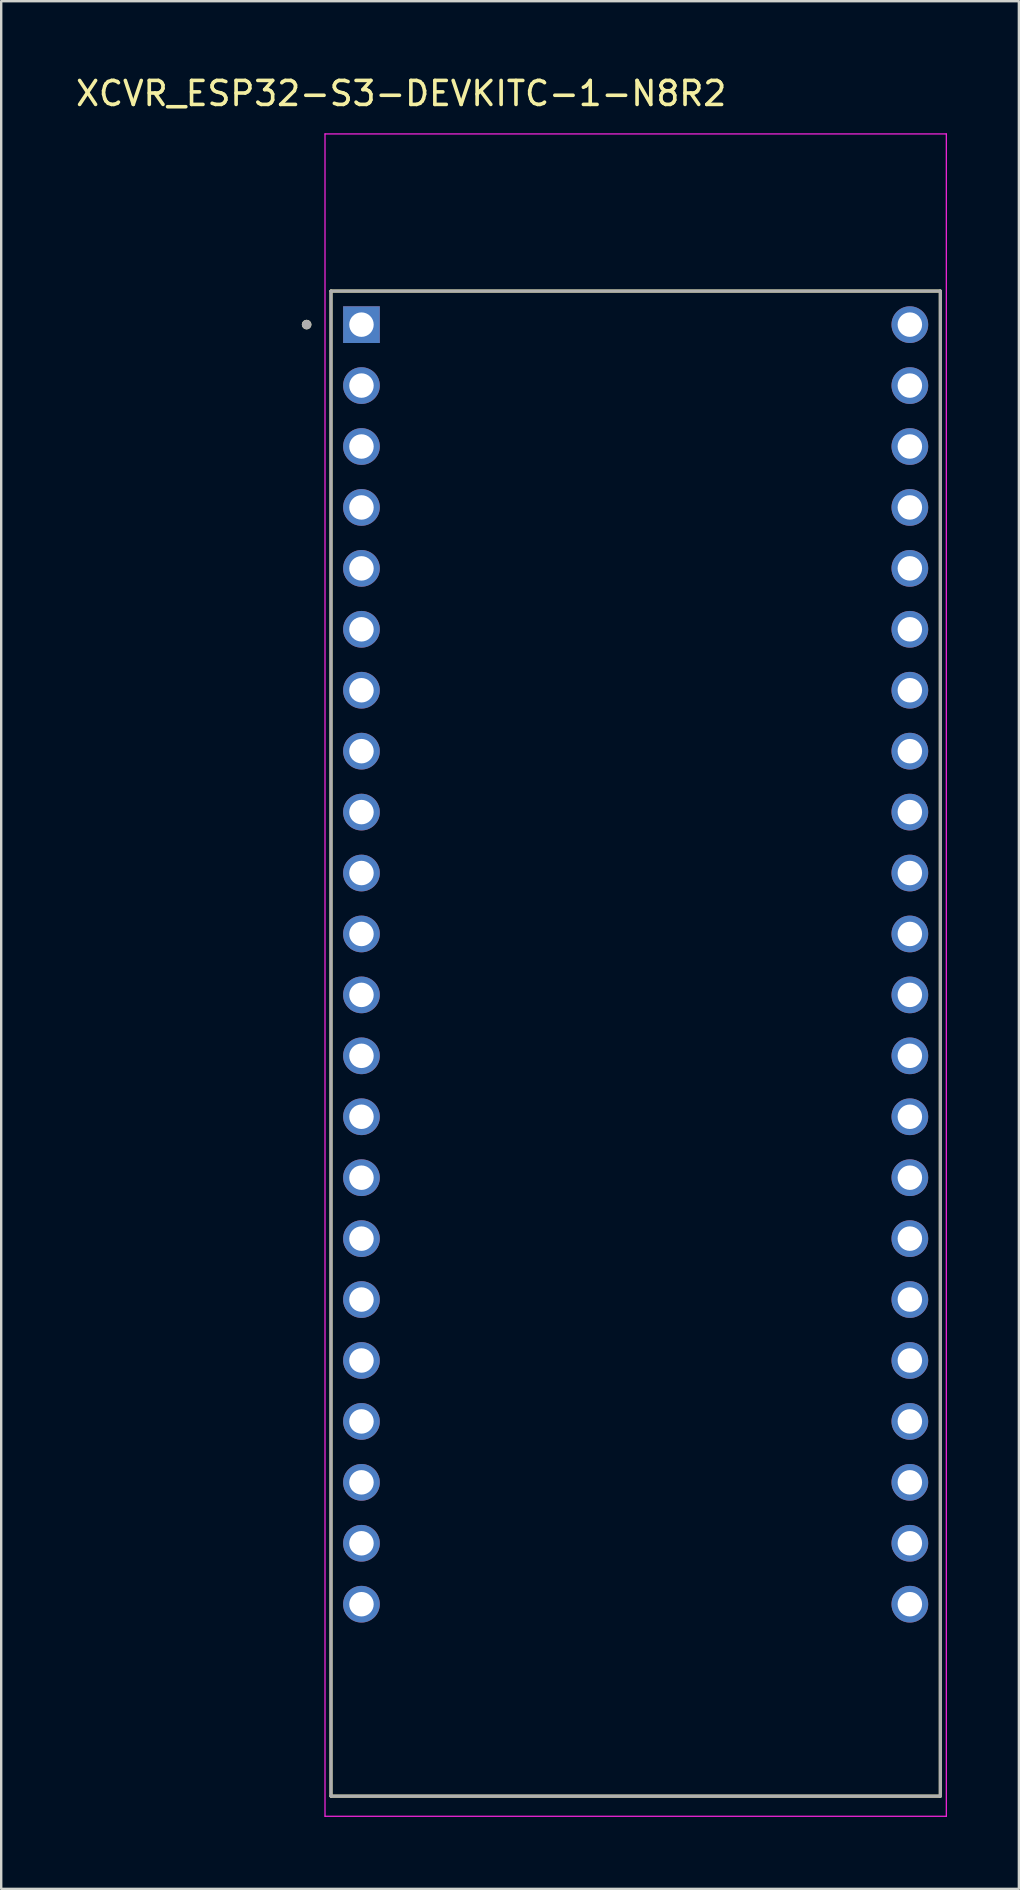
<source format=kicad_pcb>
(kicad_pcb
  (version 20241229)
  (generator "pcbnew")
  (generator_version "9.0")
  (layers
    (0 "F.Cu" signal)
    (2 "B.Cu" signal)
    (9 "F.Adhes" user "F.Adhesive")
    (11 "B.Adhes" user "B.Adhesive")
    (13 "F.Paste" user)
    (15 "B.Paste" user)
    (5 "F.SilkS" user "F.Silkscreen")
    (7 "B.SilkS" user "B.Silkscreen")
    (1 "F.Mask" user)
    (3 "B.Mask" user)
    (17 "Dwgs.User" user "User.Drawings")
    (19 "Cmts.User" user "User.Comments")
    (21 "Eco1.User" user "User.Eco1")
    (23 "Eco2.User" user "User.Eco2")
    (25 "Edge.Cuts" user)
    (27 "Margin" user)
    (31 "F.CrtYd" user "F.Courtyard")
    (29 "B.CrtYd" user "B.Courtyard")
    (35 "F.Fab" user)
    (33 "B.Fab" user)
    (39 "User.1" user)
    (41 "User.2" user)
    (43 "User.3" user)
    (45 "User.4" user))
  (footprint "XCVR_ESP32-S3-DEVKITC-1-N8R2"
    (layer "F.Cu")
    (at 23.448 40.453)
    (property "Reference" "XCVR_ESP32-S3-DEVKITC-1-N8R2" (at -9.775 -39.605 0) (layer "F.SilkS") (effects (font (size 1 1) (thickness 0.15))))
    (attr through_hole)
    (fp_line (start -12.7 -31.37) (end 12.7 -31.37) (stroke (width 0.127) (type solid)) (layer "F.SilkS"))
    (fp_line (start -12.7 31.37) (end -12.7 -31.37) (stroke (width 0.127) (type solid)) (layer "F.SilkS"))
    (fp_line (start 12.7 -31.37) (end 12.7 31.37) (stroke (width 0.127) (type solid)) (layer "F.SilkS"))
    (fp_line (start 12.7 31.37) (end -12.7 31.37) (stroke (width 0.127) (type solid)) (layer "F.SilkS"))
    (fp_circle (center -13.716 -29.972) (end -13.616 -29.972) (stroke (width 0.2) (type solid)) (fill no) (layer "F.SilkS"))
    (fp_line (start -12.95 -37.92) (end -12.95 32.21) (stroke (width 0.05) (type solid)) (layer "F.CrtYd"))
    (fp_line (start -12.95 32.21) (end 12.95 32.21) (stroke (width 0.05) (type solid)) (layer "F.CrtYd"))
    (fp_line (start 12.95 -37.92) (end -12.95 -37.92) (stroke (width 0.05) (type solid)) (layer "F.CrtYd"))
    (fp_line (start 12.95 32.21) (end 12.95 -37.92) (stroke (width 0.05) (type solid)) (layer "F.CrtYd"))
    (fp_line (start -12.7 -31.37) (end 12.7 -31.37) (stroke (width 0.127) (type solid)) (layer "F.Fab"))
    (fp_line (start -12.7 31.37) (end -12.7 -31.37) (stroke (width 0.127) (type solid)) (layer "F.Fab"))
    (fp_line (start 12.7 -31.37) (end 12.7 31.37) (stroke (width 0.127) (type solid)) (layer "F.Fab"))
    (fp_line (start 12.7 31.37) (end -12.7 31.37) (stroke (width 0.127) (type solid)) (layer "F.Fab"))
    (fp_circle (center -13.716 -29.972) (end -13.616 -29.972) (stroke (width 0.2) (type solid)) (fill no) (layer "F.Fab"))
    (pad "J1_1" thru_hole rect (at -11.43 -29.97) (size 1.53 1.53) (drill 1.02) (layers "*.Cu" "*.Mask"))
    (pad "J1_2" thru_hole circle (at -11.43 -27.43) (size 1.53 1.53) (drill 1.02) (layers "*.Cu" "*.Mask"))
    (pad "J1_3" thru_hole circle (at -11.43 -24.89) (size 1.53 1.53) (drill 1.02) (layers "*.Cu" "*.Mask"))
    (pad "J1_4" thru_hole circle (at -11.43 -22.35) (size 1.53 1.53) (drill 1.02) (layers "*.Cu" "*.Mask"))
    (pad "J1_5" thru_hole circle (at -11.43 -19.81) (size 1.53 1.53) (drill 1.02) (layers "*.Cu" "*.Mask"))
    (pad "J1_6" thru_hole circle (at -11.43 -17.27) (size 1.53 1.53) (drill 1.02) (layers "*.Cu" "*.Mask"))
    (pad "J1_7" thru_hole circle (at -11.43 -14.73) (size 1.53 1.53) (drill 1.02) (layers "*.Cu" "*.Mask"))
    (pad "J1_8" thru_hole circle (at -11.43 -12.19) (size 1.53 1.53) (drill 1.02) (layers "*.Cu" "*.Mask"))
    (pad "J1_9" thru_hole circle (at -11.43 -9.65) (size 1.53 1.53) (drill 1.02) (layers "*.Cu" "*.Mask"))
    (pad "J1_10" thru_hole circle (at -11.43 -7.11) (size 1.53 1.53) (drill 1.02) (layers "*.Cu" "*.Mask"))
    (pad "J1_11" thru_hole circle (at -11.43 -4.57) (size 1.53 1.53) (drill 1.02) (layers "*.Cu" "*.Mask"))
    (pad "J1_12" thru_hole circle (at -11.43 -2.03) (size 1.53 1.53) (drill 1.02) (layers "*.Cu" "*.Mask"))
    (pad "J1_13" thru_hole circle (at -11.43 0.51) (size 1.53 1.53) (drill 1.02) (layers "*.Cu" "*.Mask"))
    (pad "J1_14" thru_hole circle (at -11.43 3.05) (size 1.53 1.53) (drill 1.02) (layers "*.Cu" "*.Mask"))
    (pad "J1_15" thru_hole circle (at -11.43 5.59) (size 1.53 1.53) (drill 1.02) (layers "*.Cu" "*.Mask"))
    (pad "J1_16" thru_hole circle (at -11.43 8.13) (size 1.53 1.53) (drill 1.02) (layers "*.Cu" "*.Mask"))
    (pad "J1_17" thru_hole circle (at -11.43 10.67) (size 1.53 1.53) (drill 1.02) (layers "*.Cu" "*.Mask"))
    (pad "J1_18" thru_hole circle (at -11.43 13.21) (size 1.53 1.53) (drill 1.02) (layers "*.Cu" "*.Mask"))
    (pad "J1_19" thru_hole circle (at -11.43 15.75) (size 1.53 1.53) (drill 1.02) (layers "*.Cu" "*.Mask"))
    (pad "J1_20" thru_hole circle (at -11.43 18.29) (size 1.53 1.53) (drill 1.02) (layers "*.Cu" "*.Mask"))
    (pad "J1_21" thru_hole circle (at -11.43 20.83) (size 1.53 1.53) (drill 1.02) (layers "*.Cu" "*.Mask"))
    (pad "J1_22" thru_hole circle (at -11.43 23.37) (size 1.53 1.53) (drill 1.02) (layers "*.Cu" "*.Mask"))
    (pad "J3_1" thru_hole circle (at 11.43 -29.97) (size 1.53 1.53) (drill 1.02) (layers "*.Cu" "*.Mask"))
    (pad "J3_2" thru_hole circle (at 11.43 -27.43) (size 1.53 1.53) (drill 1.02) (layers "*.Cu" "*.Mask"))
    (pad "J3_3" thru_hole circle (at 11.43 -24.89) (size 1.53 1.53) (drill 1.02) (layers "*.Cu" "*.Mask"))
    (pad "J3_4" thru_hole circle (at 11.43 -22.35) (size 1.53 1.53) (drill 1.02) (layers "*.Cu" "*.Mask"))
    (pad "J3_5" thru_hole circle (at 11.43 -19.81) (size 1.53 1.53) (drill 1.02) (layers "*.Cu" "*.Mask"))
    (pad "J3_6" thru_hole circle (at 11.43 -17.27) (size 1.53 1.53) (drill 1.02) (layers "*.Cu" "*.Mask"))
    (pad "J3_7" thru_hole circle (at 11.43 -14.73) (size 1.53 1.53) (drill 1.02) (layers "*.Cu" "*.Mask"))
    (pad "J3_8" thru_hole circle (at 11.43 -12.19) (size 1.53 1.53) (drill 1.02) (layers "*.Cu" "*.Mask"))
    (pad "J3_9" thru_hole circle (at 11.43 -9.65) (size 1.53 1.53) (drill 1.02) (layers "*.Cu" "*.Mask"))
    (pad "J3_10" thru_hole circle (at 11.43 -7.11) (size 1.53 1.53) (drill 1.02) (layers "*.Cu" "*.Mask"))
    (pad "J3_11" thru_hole circle (at 11.43 -4.57) (size 1.53 1.53) (drill 1.02) (layers "*.Cu" "*.Mask"))
    (pad "J3_12" thru_hole circle (at 11.43 -2.03) (size 1.53 1.53) (drill 1.02) (layers "*.Cu" "*.Mask"))
    (pad "J3_13" thru_hole circle (at 11.43 0.51) (size 1.53 1.53) (drill 1.02) (layers "*.Cu" "*.Mask"))
    (pad "J3_14" thru_hole circle (at 11.43 3.05) (size 1.53 1.53) (drill 1.02) (layers "*.Cu" "*.Mask"))
    (pad "J3_15" thru_hole circle (at 11.43 5.59) (size 1.53 1.53) (drill 1.02) (layers "*.Cu" "*.Mask"))
    (pad "J3_16" thru_hole circle (at 11.43 8.13) (size 1.53 1.53) (drill 1.02) (layers "*.Cu" "*.Mask"))
    (pad "J3_17" thru_hole circle (at 11.43 10.67) (size 1.53 1.53) (drill 1.02) (layers "*.Cu" "*.Mask"))
    (pad "J3_18" thru_hole circle (at 11.43 13.21) (size 1.53 1.53) (drill 1.02) (layers "*.Cu" "*.Mask"))
    (pad "J3_19" thru_hole circle (at 11.43 15.75) (size 1.53 1.53) (drill 1.02) (layers "*.Cu" "*.Mask"))
    (pad "J3_20" thru_hole circle (at 11.43 18.29) (size 1.53 1.53) (drill 1.02) (layers "*.Cu" "*.Mask"))
    (pad "J3_21" thru_hole circle (at 11.43 20.83) (size 1.53 1.53) (drill 1.02) (layers "*.Cu" "*.Mask"))
    (pad "J3_22" thru_hole circle (at 11.43 23.37) (size 1.53 1.53) (drill 1.02) (layers "*.Cu" "*.Mask")))
  (gr_rect
    (start -3 -3)
    (end 39.423 75.688)
    (stroke (width 0.1) (type default))
    (fill no)
    (layer "Edge.Cuts")))
</source>
